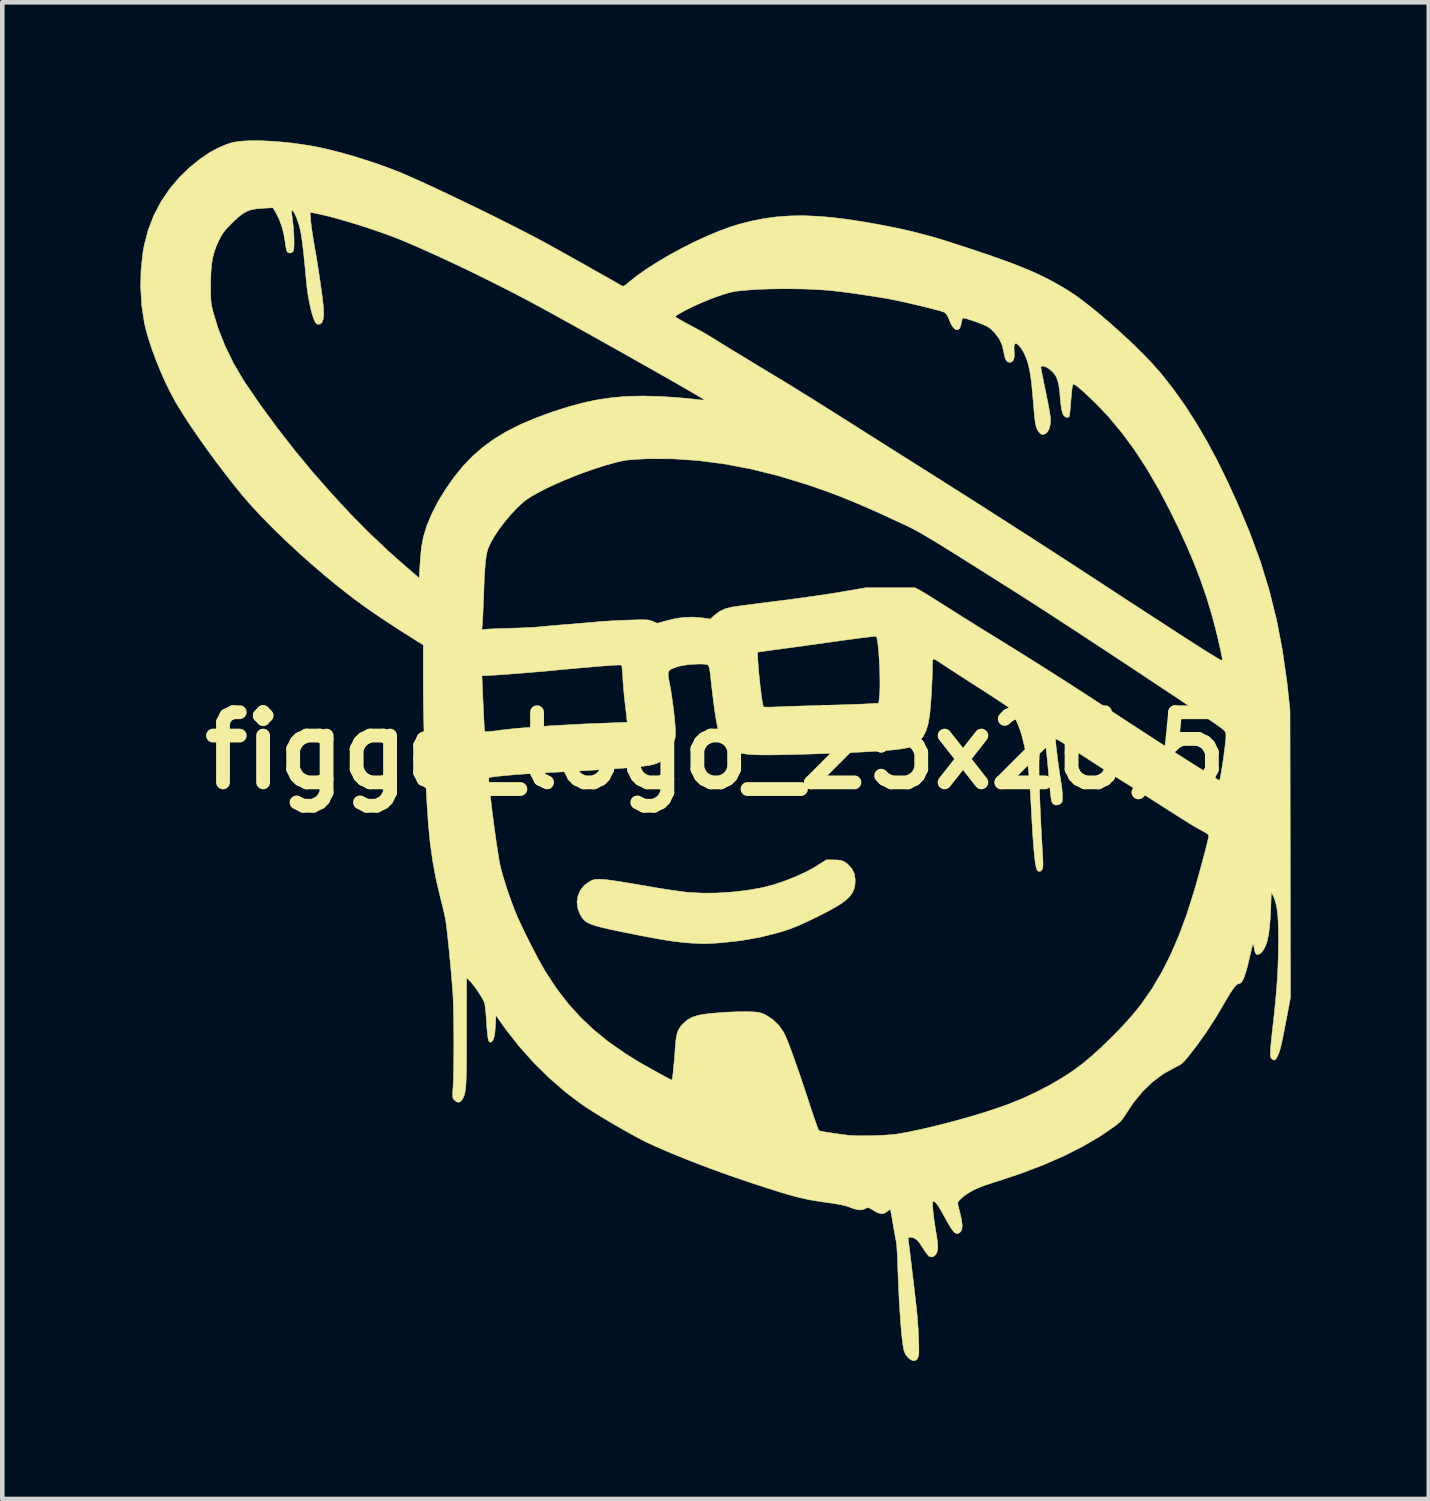
<source format=kicad_pcb>
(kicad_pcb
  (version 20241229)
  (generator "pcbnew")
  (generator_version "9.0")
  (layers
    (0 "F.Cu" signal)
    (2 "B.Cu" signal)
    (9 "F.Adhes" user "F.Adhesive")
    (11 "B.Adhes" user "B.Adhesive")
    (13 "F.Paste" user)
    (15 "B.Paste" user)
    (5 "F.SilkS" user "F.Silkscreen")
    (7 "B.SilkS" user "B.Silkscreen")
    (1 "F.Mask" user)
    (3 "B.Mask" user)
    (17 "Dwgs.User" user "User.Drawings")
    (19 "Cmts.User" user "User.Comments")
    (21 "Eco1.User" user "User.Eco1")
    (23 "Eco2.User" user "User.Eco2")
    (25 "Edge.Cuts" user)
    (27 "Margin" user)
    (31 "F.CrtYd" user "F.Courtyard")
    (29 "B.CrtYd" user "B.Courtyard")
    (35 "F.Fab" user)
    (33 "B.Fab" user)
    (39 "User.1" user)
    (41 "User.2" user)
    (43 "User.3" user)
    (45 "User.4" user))
  (footprint "figge_logo_25x26,5"
    (layer "F.Cu")
    (at 12.499 13.256)
    (property "Reference" "figge_logo_25x26,5" (at 0 0 0) (layer "F.SilkS") (effects (font (size 1.524 1.524) (thickness 0.3))))
    (attr through_hole)
    (fp_poly (pts (xy 2.653 2.376) (xy 2.726 2.387) (xy 2.785 2.409) (xy 2.841 2.447) (xy 2.872 2.473) (xy 2.955 2.563) (xy 3.006 2.663) (xy 3.027 2.781) (xy 3.029 2.834) (xy 3.022 2.926) (xy 3.003 3.01) (xy 2.968 3.088) (xy 2.914 3.163) (xy 2.838 3.237) (xy 2.739 3.313) (xy 2.612 3.393) (xy 2.455 3.481) (xy 2.265 3.579) (xy 2.167 3.627) (xy 2.006 3.705) (xy 1.87 3.767) (xy 1.752 3.818) (xy 1.642 3.862) (xy 1.532 3.9) (xy 1.413 3.938) (xy 1.361 3.953) (xy 0.963 4.054) (xy 0.541 4.128) (xy 0.103 4.175) (xy 0.059 4.178) (xy -0.063 4.186) (xy -0.157 4.19) (xy -0.236 4.193) (xy -0.311 4.192) (xy -0.394 4.189) (xy -0.49 4.184) (xy -0.626 4.175) (xy -0.768 4.161) (xy -0.92 4.142) (xy -1.088 4.117) (xy -1.276 4.085) (xy -1.489 4.046) (xy -1.732 3.999) (xy -1.912 3.962) (xy -2.125 3.919) (xy -2.304 3.881) (xy -2.451 3.847) (xy -2.57 3.817) (xy -2.666 3.787) (xy -2.741 3.758) (xy -2.8 3.728) (xy -2.846 3.694) (xy -2.883 3.656) (xy -2.914 3.613) (xy -2.944 3.562) (xy -2.948 3.555) (xy -2.999 3.422) (xy -3.015 3.287) (xy -2.995 3.156) (xy -2.942 3.035) (xy -2.858 2.929) (xy -2.756 2.853) (xy -2.722 2.834) (xy -2.689 2.818) (xy -2.653 2.806) (xy -2.613 2.797) (xy -2.564 2.793) (xy -2.503 2.794) (xy -2.427 2.799) (xy -2.334 2.809) (xy -2.219 2.825) (xy -2.081 2.846) (xy -1.914 2.873) (xy -1.718 2.906) (xy -1.487 2.945) (xy -1.344 2.97) (xy -1.189 2.996) (xy -1.03 3.021) (xy -0.877 3.043) (xy -0.739 3.062) (xy -0.624 3.076) (xy -0.569 3.081) (xy -0.28 3.096) (xy 0.03 3.093) (xy 0.351 3.072) (xy 0.668 3.036) (xy 0.97 2.984) (xy 1.04 2.969) (xy 1.253 2.913) (xy 1.478 2.839) (xy 1.705 2.75) (xy 1.922 2.653) (xy 2.117 2.551) (xy 2.219 2.489) (xy 2.4 2.373) (xy 2.552 2.373) (xy 2.653 2.376)) (stroke (width 0.01) (type solid)) (fill yes) (layer "F.SilkS"))
    (fp_poly (pts (xy -9.872 -13.249) (xy -9.653 -13.239) (xy -9.422 -13.221) (xy -9.183 -13.196) (xy -8.943 -13.162) (xy -8.705 -13.122) (xy -8.689 -13.119) (xy -8.461 -13.07) (xy -8.207 -13.007) (xy -7.937 -12.932) (xy -7.66 -12.847) (xy -7.385 -12.757) (xy -7.122 -12.663) (xy -6.879 -12.57) (xy -6.757 -12.518) (xy -6.548 -12.426) (xy -6.311 -12.319) (xy -6.052 -12.199) (xy -5.778 -12.069) (xy -5.493 -11.933) (xy -5.203 -11.793) (xy -4.915 -11.652) (xy -4.633 -11.512) (xy -4.364 -11.376) (xy -4.113 -11.248) (xy -3.885 -11.129) (xy -3.688 -11.023) (xy -3.668 -11.012) (xy -3.578 -10.962) (xy -3.462 -10.898) (xy -3.326 -10.822) (xy -3.175 -10.738) (xy -3.015 -10.648) (xy -2.85 -10.556) (xy -2.687 -10.463) (xy -2.529 -10.375) (xy -2.384 -10.293) (xy -2.255 -10.22) (xy -2.149 -10.159) (xy -2.071 -10.114) (xy -2.057 -10.106) (xy -2.029 -10.092) (xy -2.005 -10.09) (xy -1.976 -10.104) (xy -1.933 -10.138) (xy -1.89 -10.174) (xy -1.71 -10.317) (xy -1.499 -10.465) (xy -1.263 -10.616) (xy -1.009 -10.766) (xy -0.742 -10.911) (xy -0.47 -11.048) (xy -0.2 -11.173) (xy 0.063 -11.283) (xy 0.312 -11.375) (xy 0.507 -11.436) (xy 0.779 -11.505) (xy 1.049 -11.558) (xy 1.323 -11.595) (xy 1.604 -11.616) (xy 1.896 -11.621) (xy 2.204 -11.609) (xy 2.532 -11.582) (xy 2.884 -11.538) (xy 3.265 -11.478) (xy 3.57 -11.423) (xy 3.795 -11.379) (xy 4 -11.337) (xy 4.193 -11.294) (xy 4.38 -11.248) (xy 4.567 -11.199) (xy 4.76 -11.145) (xy 4.967 -11.083) (xy 5.192 -11.011) (xy 5.444 -10.929) (xy 5.631 -10.867) (xy 5.93 -10.766) (xy 6.195 -10.673) (xy 6.432 -10.586) (xy 6.644 -10.503) (xy 6.837 -10.423) (xy 7.016 -10.343) (xy 7.183 -10.261) (xy 7.345 -10.175) (xy 7.506 -10.084) (xy 7.64 -10.004) (xy 7.792 -9.904) (xy 7.964 -9.779) (xy 8.153 -9.632) (xy 8.353 -9.468) (xy 8.559 -9.292) (xy 8.766 -9.107) (xy 8.97 -8.919) (xy 9.167 -8.73) (xy 9.35 -8.546) (xy 9.515 -8.371) (xy 9.658 -8.209) (xy 9.683 -8.179) (xy 9.942 -7.849) (xy 10.192 -7.498) (xy 10.434 -7.122) (xy 10.67 -6.719) (xy 10.901 -6.286) (xy 11.128 -5.822) (xy 11.353 -5.324) (xy 11.577 -4.79) (xy 11.61 -4.707) (xy 11.833 -4.102) (xy 12.023 -3.482) (xy 12.182 -2.843) (xy 12.309 -2.183) (xy 12.406 -1.502) (xy 12.425 -1.334) (xy 12.474 -0.873) (xy 12.484 5.364) (xy 12.41 5.757) (xy 12.373 5.95) (xy 12.342 6.11) (xy 12.316 6.239) (xy 12.294 6.343) (xy 12.275 6.425) (xy 12.259 6.489) (xy 12.243 6.541) (xy 12.227 6.584) (xy 12.211 6.621) (xy 12.175 6.689) (xy 12.142 6.721) (xy 12.109 6.719) (xy 12.073 6.689) (xy 12.062 6.675) (xy 12.054 6.658) (xy 12.049 6.634) (xy 12.046 6.598) (xy 12.047 6.549) (xy 12.051 6.481) (xy 12.059 6.391) (xy 12.07 6.276) (xy 12.086 6.131) (xy 12.105 5.954) (xy 12.121 5.816) (xy 12.153 5.511) (xy 12.178 5.234) (xy 12.197 4.975) (xy 12.211 4.721) (xy 12.219 4.463) (xy 12.223 4.189) (xy 12.223 4.118) (xy 12.222 3.906) (xy 12.217 3.728) (xy 12.208 3.579) (xy 12.194 3.454) (xy 12.175 3.349) (xy 12.149 3.257) (xy 12.117 3.174) (xy 12.114 3.168) (xy 12.069 3.07) (xy 12.056 3.423) (xy 12.045 3.649) (xy 12.029 3.84) (xy 12.008 4) (xy 11.98 4.13) (xy 11.945 4.236) (xy 11.903 4.32) (xy 11.855 4.384) (xy 11.803 4.423) (xy 11.763 4.429) (xy 11.737 4.42) (xy 11.72 4.394) (xy 11.706 4.344) (xy 11.699 4.305) (xy 11.687 4.247) (xy 11.675 4.212) (xy 11.667 4.207) (xy 11.658 4.233) (xy 11.644 4.289) (xy 11.625 4.367) (xy 11.604 4.459) (xy 11.603 4.462) (xy 11.56 4.647) (xy 11.52 4.796) (xy 11.483 4.909) (xy 11.448 4.989) (xy 11.414 5.039) (xy 11.381 5.059) (xy 11.372 5.06) (xy 11.341 5.068) (xy 11.305 5.095) (xy 11.262 5.143) (xy 11.21 5.216) (xy 11.146 5.316) (xy 11.068 5.448) (xy 11.039 5.498) (xy 10.851 5.815) (xy 10.654 6.118) (xy 10.456 6.398) (xy 10.317 6.578) (xy 10.245 6.667) (xy 10.191 6.732) (xy 10.146 6.778) (xy 10.104 6.812) (xy 10.058 6.841) (xy 10.001 6.869) (xy 9.971 6.884) (xy 9.723 7.021) (xy 9.491 7.194) (xy 9.275 7.401) (xy 9.077 7.64) (xy 8.903 7.903) (xy 8.844 7.992) (xy 8.783 8.063) (xy 8.705 8.13) (xy 8.675 8.153) (xy 8.34 8.382) (xy 7.968 8.599) (xy 7.559 8.806) (xy 7.112 9.001) (xy 6.629 9.185) (xy 6.109 9.358) (xy 6.021 9.385) (xy 5.82 9.452) (xy 5.657 9.518) (xy 5.561 9.567) (xy 5.456 9.631) (xy 5.368 9.695) (xy 5.302 9.754) (xy 5.264 9.803) (xy 5.257 9.829) (xy 5.261 9.862) (xy 5.275 9.923) (xy 5.294 10) (xy 5.306 10.046) (xy 5.339 10.191) (xy 5.353 10.305) (xy 5.348 10.389) (xy 5.323 10.445) (xy 5.315 10.454) (xy 5.279 10.484) (xy 5.244 10.494) (xy 5.207 10.483) (xy 5.167 10.448) (xy 5.119 10.386) (xy 5.062 10.294) (xy 4.992 10.17) (xy 4.963 10.117) (xy 4.894 9.992) (xy 4.839 9.9) (xy 4.794 9.838) (xy 4.757 9.801) (xy 4.727 9.788) (xy 4.722 9.787) (xy 4.712 9.806) (xy 4.71 9.858) (xy 4.714 9.94) (xy 4.724 10.047) (xy 4.739 10.174) (xy 4.76 10.316) (xy 4.776 10.415) (xy 4.799 10.555) (xy 4.814 10.662) (xy 4.822 10.745) (xy 4.822 10.808) (xy 4.815 10.859) (xy 4.802 10.903) (xy 4.797 10.915) (xy 4.757 10.972) (xy 4.703 10.999) (xy 4.643 10.991) (xy 4.635 10.987) (xy 4.609 10.962) (xy 4.57 10.912) (xy 4.524 10.845) (xy 4.495 10.799) (xy 4.428 10.698) (xy 4.369 10.63) (xy 4.312 10.59) (xy 4.251 10.573) (xy 4.225 10.572) (xy 4.192 10.575) (xy 4.179 10.592) (xy 4.182 10.633) (xy 4.184 10.645) (xy 4.19 10.691) (xy 4.2 10.769) (xy 4.214 10.876) (xy 4.229 11.004) (xy 4.247 11.148) (xy 4.265 11.304) (xy 4.284 11.464) (xy 4.303 11.624) (xy 4.321 11.777) (xy 4.337 11.918) (xy 4.351 12.042) (xy 4.362 12.143) (xy 4.364 12.161) (xy 4.376 12.282) (xy 4.386 12.416) (xy 4.396 12.556) (xy 4.403 12.695) (xy 4.408 12.827) (xy 4.412 12.945) (xy 4.412 13.043) (xy 4.41 13.113) (xy 4.406 13.147) (xy 4.376 13.217) (xy 4.331 13.251) (xy 4.273 13.25) (xy 4.207 13.212) (xy 4.178 13.185) (xy 4.119 13.11) (xy 4.085 13.022) (xy 4.083 13.01) (xy 4.065 12.908) (xy 4.047 12.769) (xy 4.03 12.598) (xy 4.014 12.397) (xy 3.998 12.168) (xy 3.983 11.916) (xy 3.97 11.643) (xy 3.958 11.352) (xy 3.951 11.151) (xy 3.946 11.024) (xy 3.94 10.905) (xy 3.934 10.802) (xy 3.927 10.721) (xy 3.92 10.672) (xy 3.92 10.67) (xy 3.91 10.619) (xy 3.895 10.54) (xy 3.878 10.44) (xy 3.858 10.329) (xy 3.85 10.278) (xy 3.832 10.173) (xy 3.816 10.084) (xy 3.803 10.015) (xy 3.795 9.974) (xy 3.793 9.966) (xy 3.776 9.973) (xy 3.741 9.998) (xy 3.726 10.01) (xy 3.659 10.051) (xy 3.589 10.06) (xy 3.509 10.036) (xy 3.432 9.993) (xy 3.37 9.954) (xy 3.329 9.933) (xy 3.298 9.929) (xy 3.266 9.939) (xy 3.233 9.956) (xy 3.166 9.977) (xy 3.086 9.974) (xy 2.986 9.948) (xy 2.913 9.919) (xy 2.826 9.89) (xy 2.708 9.863) (xy 2.555 9.837) (xy 2.491 9.828) (xy 2.344 9.807) (xy 2.211 9.787) (xy 2.087 9.766) (xy 1.968 9.743) (xy 1.848 9.716) (xy 1.723 9.685) (xy 1.589 9.648) (xy 1.44 9.604) (xy 1.271 9.552) (xy 1.079 9.49) (xy 0.858 9.418) (xy 0.677 9.358) (xy 0.418 9.27) (xy 0.151 9.176) (xy -0.118 9.078) (xy -0.385 8.977) (xy -0.644 8.876) (xy -0.89 8.776) (xy -1.117 8.681) (xy -1.32 8.593) (xy -1.494 8.512) (xy -1.569 8.475) (xy -1.697 8.408) (xy -1.845 8.327) (xy -2.008 8.236) (xy -2.178 8.138) (xy -2.349 8.037) (xy -2.513 7.939) (xy -2.663 7.846) (xy -2.793 7.764) (xy -2.896 7.695) (xy -2.899 7.693) (xy -3.26 7.42) (xy -3.613 7.114) (xy -3.951 6.782) (xy -4.267 6.428) (xy -4.557 6.059) (xy -4.658 5.918) (xy -4.776 5.748) (xy -4.787 5.978) (xy -4.798 6.124) (xy -4.818 6.232) (xy -4.845 6.301) (xy -4.881 6.333) (xy -4.895 6.335) (xy -4.914 6.33) (xy -4.93 6.311) (xy -4.942 6.273) (xy -4.953 6.213) (xy -4.963 6.125) (xy -4.973 6.005) (xy -4.979 5.904) (xy -4.988 5.786) (xy -4.997 5.677) (xy -5.007 5.584) (xy -5.016 5.516) (xy -5.022 5.487) (xy -5.045 5.431) (xy -5.087 5.355) (xy -5.142 5.267) (xy -5.203 5.177) (xy -5.265 5.093) (xy -5.321 5.026) (xy -5.343 5.003) (xy -5.413 4.935) (xy -5.413 6.092) (xy -5.414 6.354) (xy -5.414 6.579) (xy -5.415 6.771) (xy -5.417 6.933) (xy -5.42 7.068) (xy -5.424 7.18) (xy -5.429 7.271) (xy -5.436 7.345) (xy -5.444 7.404) (xy -5.455 7.453) (xy -5.467 7.493) (xy -5.481 7.528) (xy -5.493 7.553) (xy -5.536 7.616) (xy -5.584 7.641) (xy -5.636 7.626) (xy -5.691 7.578) (xy -5.704 7.558) (xy -5.712 7.529) (xy -5.715 7.485) (xy -5.714 7.417) (xy -5.708 7.319) (xy -5.707 7.306) (xy -5.702 7.206) (xy -5.697 7.072) (xy -5.694 6.913) (xy -5.692 6.733) (xy -5.691 6.539) (xy -5.69 6.338) (xy -5.691 6.136) (xy -5.693 5.939) (xy -5.695 5.754) (xy -5.699 5.587) (xy -5.703 5.445) (xy -5.707 5.364) (xy -5.714 5.243) (xy -5.725 5.097) (xy -5.738 4.935) (xy -5.753 4.76) (xy -5.77 4.58) (xy -5.787 4.4) (xy -5.804 4.225) (xy -5.822 4.062) (xy -5.838 3.916) (xy -5.853 3.793) (xy -5.866 3.698) (xy -5.874 3.648) (xy -5.89 3.572) (xy -5.914 3.47) (xy -5.941 3.357) (xy -5.97 3.244) (xy -5.972 3.236) (xy -6.069 2.828) (xy -6.145 2.426) (xy -6.203 2.016) (xy -6.245 1.584) (xy -6.246 1.568) (xy -6.271 1.196) (xy -6.294 0.792) (xy -6.302 0.611) (xy -4.931 0.611) (xy -4.928 0.668) (xy -4.921 0.756) (xy -4.91 0.868) (xy -4.896 1.001) (xy -4.878 1.151) (xy -4.859 1.312) (xy -4.837 1.48) (xy -4.815 1.651) (xy -4.792 1.819) (xy -4.769 1.981) (xy -4.746 2.132) (xy -4.725 2.268) (xy -4.706 2.383) (xy -4.689 2.474) (xy -4.685 2.49) (xy -4.655 2.612) (xy -4.613 2.761) (xy -4.561 2.928) (xy -4.502 3.104) (xy -4.44 3.279) (xy -4.377 3.446) (xy -4.317 3.593) (xy -4.306 3.619) (xy -4.246 3.751) (xy -4.173 3.905) (xy -4.09 4.073) (xy -4.003 4.245) (xy -3.915 4.415) (xy -3.831 4.572) (xy -3.754 4.709) (xy -3.698 4.805) (xy -3.467 5.158) (xy -3.219 5.483) (xy -2.948 5.784) (xy -2.653 6.064) (xy -2.329 6.327) (xy -1.972 6.576) (xy -1.753 6.714) (xy -1.671 6.763) (xy -1.574 6.819) (xy -1.469 6.878) (xy -1.361 6.939) (xy -1.255 6.998) (xy -1.157 7.052) (xy -1.072 7.097) (xy -1.006 7.132) (xy -0.964 7.152) (xy -0.952 7.156) (xy -0.945 7.132) (xy -0.937 7.076) (xy -0.927 6.993) (xy -0.917 6.89) (xy -0.906 6.773) (xy -0.895 6.649) (xy -0.886 6.524) (xy -0.883 6.478) (xy -0.872 6.334) (xy -0.857 6.222) (xy -0.837 6.134) (xy -0.809 6.063) (xy -0.77 6.001) (xy -0.718 5.94) (xy -0.7 5.922) (xy -0.609 5.845) (xy -0.51 5.79) (xy -0.391 5.752) (xy -0.315 5.736) (xy -0.195 5.719) (xy -0.046 5.703) (xy 0.12 5.69) (xy 0.292 5.679) (xy 0.461 5.673) (xy 0.615 5.67) (xy 0.707 5.671) (xy 0.812 5.675) (xy 0.887 5.68) (xy 0.945 5.689) (xy 0.994 5.703) (xy 1.045 5.724) (xy 1.086 5.744) (xy 1.237 5.839) (xy 1.368 5.965) (xy 1.472 6.114) (xy 1.499 6.166) (xy 1.535 6.248) (xy 1.581 6.363) (xy 1.636 6.508) (xy 1.698 6.678) (xy 1.766 6.872) (xy 1.839 7.083) (xy 1.915 7.309) (xy 1.994 7.546) (xy 2.038 7.681) (xy 2.084 7.822) (xy 2.127 7.95) (xy 2.166 8.062) (xy 2.199 8.153) (xy 2.223 8.217) (xy 2.238 8.25) (xy 2.241 8.253) (xy 2.259 8.261) (xy 2.298 8.27) (xy 2.359 8.282) (xy 2.447 8.296) (xy 2.565 8.313) (xy 2.715 8.334) (xy 2.873 8.355) (xy 2.961 8.362) (xy 3.079 8.366) (xy 3.218 8.367) (xy 3.37 8.365) (xy 3.524 8.36) (xy 3.672 8.353) (xy 3.806 8.343) (xy 3.915 8.332) (xy 3.949 8.327) (xy 4.184 8.285) (xy 4.447 8.23) (xy 4.73 8.164) (xy 5.024 8.09) (xy 5.322 8.01) (xy 5.616 7.926) (xy 5.896 7.839) (xy 6.156 7.753) (xy 6.345 7.685) (xy 6.652 7.562) (xy 6.955 7.422) (xy 7.248 7.27) (xy 7.523 7.11) (xy 7.773 6.946) (xy 7.973 6.797) (xy 8.162 6.638) (xy 8.36 6.459) (xy 8.559 6.268) (xy 8.753 6.072) (xy 8.936 5.876) (xy 9.099 5.688) (xy 9.238 5.515) (xy 9.248 5.502) (xy 9.475 5.174) (xy 9.686 4.818) (xy 9.881 4.432) (xy 10.062 4.013) (xy 10.23 3.561) (xy 10.383 3.079) (xy 10.422 2.946) (xy 10.463 2.803) (xy 10.504 2.653) (xy 10.546 2.502) (xy 10.585 2.355) (xy 10.622 2.218) (xy 10.653 2.095) (xy 10.679 1.992) (xy 10.698 1.914) (xy 10.708 1.865) (xy 10.709 1.854) (xy 10.699 1.827) (xy 10.664 1.797) (xy 10.6 1.759) (xy 10.564 1.74) (xy 10.519 1.716) (xy 10.469 1.688) (xy 10.411 1.655) (xy 10.341 1.613) (xy 10.257 1.561) (xy 10.155 1.498) (xy 10.033 1.42) (xy 9.887 1.328) (xy 9.715 1.218) (xy 9.512 1.088) (xy 9.493 1.076) (xy 9.355 0.988) (xy 9.202 0.891) (xy 9.045 0.792) (xy 8.896 0.699) (xy 8.768 0.619) (xy 8.767 0.618) (xy 8.653 0.547) (xy 8.516 0.46) (xy 8.364 0.363) (xy 8.207 0.262) (xy 8.054 0.163) (xy 7.953 0.098) (xy 7.803 -0.000147) (xy 7.682 -0.079) (xy 7.587 -0.14) (xy 7.515 -0.185) (xy 7.463 -0.217) (xy 7.427 -0.237) (xy 7.403 -0.248) (xy 7.389 -0.251) (xy 7.382 -0.249) (xy 7.381 -0.248) (xy 7.38 -0.226) (xy 7.385 -0.172) (xy 7.393 -0.091) (xy 7.405 0.01) (xy 7.419 0.125) (xy 7.435 0.248) (xy 7.452 0.373) (xy 7.469 0.493) (xy 7.486 0.603) (xy 7.501 0.697) (xy 7.504 0.716) (xy 7.519 0.818) (xy 7.528 0.919) (xy 7.531 1.011) (xy 7.528 1.083) (xy 7.518 1.128) (xy 7.516 1.131) (xy 7.488 1.155) (xy 7.447 1.176) (xy 7.38 1.184) (xy 7.327 1.156) (xy 7.295 1.105) (xy 7.288 1.071) (xy 7.279 1.005) (xy 7.268 0.912) (xy 7.256 0.798) (xy 7.244 0.67) (xy 7.237 0.591) (xy 7.217 0.358) (xy 7.198 0.163) (xy 7.181 0.005) (xy 7.164 -0.117) (xy 7.15 -0.204) (xy 7.148 -0.214) (xy 7.134 -0.245) (xy 7.116 -0.237) (xy 7.093 -0.191) (xy 7.065 -0.107) (xy 7.059 -0.086) (xy 7.043 -0.017) (xy 7.032 0.059) (xy 7.025 0.15) (xy 7.022 0.266) (xy 7.022 0.346) (xy 7.023 0.5) (xy 7.027 0.686) (xy 7.034 0.898) (xy 7.042 1.129) (xy 7.052 1.372) (xy 7.064 1.62) (xy 7.077 1.866) (xy 7.09 2.089) (xy 7.099 2.235) (xy 7.105 2.348) (xy 7.108 2.432) (xy 7.108 2.492) (xy 7.105 2.534) (xy 7.1 2.561) (xy 7.091 2.581) (xy 7.089 2.584) (xy 7.05 2.622) (xy 7.01 2.623) (xy 6.987 2.604) (xy 6.971 2.572) (xy 6.955 2.514) (xy 6.94 2.43) (xy 6.926 2.316) (xy 6.912 2.172) (xy 6.897 1.995) (xy 6.883 1.785) (xy 6.868 1.538) (xy 6.854 1.277) (xy 6.839 1.005) (xy 6.823 0.768) (xy 6.806 0.559) (xy 6.786 0.372) (xy 6.763 0.203) (xy 6.736 0.047) (xy 6.704 -0.103) (xy 6.668 -0.252) (xy 6.638 -0.363) (xy 6.606 -0.462) (xy 6.564 -0.569) (xy 6.517 -0.677) (xy 6.469 -0.777) (xy 6.423 -0.861) (xy 6.383 -0.92) (xy 6.367 -0.937) (xy 6.342 -0.956) (xy 6.287 -0.993) (xy 6.207 -1.047) (xy 6.105 -1.113) (xy 5.986 -1.191) (xy 5.854 -1.277) (xy 5.711 -1.368) (xy 5.688 -1.383) (xy 5.539 -1.478) (xy 5.395 -1.571) (xy 5.26 -1.658) (xy 5.14 -1.736) (xy 5.038 -1.802) (xy 4.96 -1.853) (xy 4.909 -1.886) (xy 4.908 -1.887) (xy 4.824 -1.944) (xy 4.767 -1.978) (xy 4.732 -1.988) (xy 4.714 -1.973) (xy 4.708 -1.929) (xy 4.707 -1.856) (xy 4.707 -1.821) (xy 4.705 -1.71) (xy 4.701 -1.572) (xy 4.693 -1.418) (xy 4.685 -1.257) (xy 4.675 -1.1) (xy 4.664 -0.956) (xy 4.653 -0.836) (xy 4.648 -0.785) (xy 4.616 -0.593) (xy 4.569 -0.434) (xy 4.506 -0.307) (xy 4.423 -0.206) (xy 4.319 -0.128) (xy 4.192 -0.071) (xy 4.188 -0.07) (xy 4.112 -0.051) (xy 3.997 -0.033) (xy 3.842 -0.015) (xy 3.649 0.001) (xy 3.418 0.017) (xy 3.147 0.032) (xy 2.838 0.046) (xy 2.49 0.06) (xy 2.104 0.073) (xy 1.814 0.081) (xy 1.557 0.087) (xy 1.336 0.092) (xy 1.148 0.094) (xy 0.989 0.093) (xy 0.856 0.09) (xy 0.746 0.083) (xy 0.656 0.074) (xy 0.581 0.062) (xy 0.52 0.046) (xy 0.468 0.026) (xy 0.435 0.01) (xy 0.331 -0.056) (xy 0.234 -0.136) (xy 0.155 -0.219) (xy 0.101 -0.298) (xy 0.099 -0.301) (xy 0.07 -0.38) (xy 0.04 -0.499) (xy 0.01 -0.656) (xy -0.021 -0.852) (xy -0.053 -1.088) (xy -0.086 -1.362) (xy -0.107 -1.559) (xy -0.12 -1.674) (xy -0.132 -1.756) (xy -0.144 -1.81) (xy -0.157 -1.843) (xy -0.171 -1.86) (xy -0.211 -1.873) (xy -0.28 -1.88) (xy -0.371 -1.881) (xy -0.475 -1.877) (xy -0.583 -1.869) (xy -0.686 -1.855) (xy -0.776 -1.838) (xy -0.824 -1.825) (xy -0.914 -1.794) (xy -0.977 -1.766) (xy -1.016 -1.734) (xy -1.033 -1.69) (xy -1.034 -1.628) (xy -1.02 -1.541) (xy -1.002 -1.449) (xy -0.98 -1.331) (xy -0.958 -1.19) (xy -0.936 -1.035) (xy -0.916 -0.877) (xy -0.899 -0.724) (xy -0.886 -0.586) (xy -0.878 -0.473) (xy -0.877 -0.433) (xy -0.876 -0.352) (xy -0.88 -0.293) (xy -0.893 -0.242) (xy -0.916 -0.184) (xy -0.955 -0.106) (xy -0.959 -0.098) (xy -1.028 0.031) (xy -1.092 0.129) (xy -1.155 0.201) (xy -1.225 0.252) (xy -1.308 0.287) (xy -1.411 0.313) (xy -1.461 0.322) (xy -1.534 0.333) (xy -1.62 0.344) (xy -1.72 0.355) (xy -1.838 0.366) (xy -1.975 0.378) (xy -2.134 0.39) (xy -2.316 0.402) (xy -2.525 0.415) (xy -2.763 0.43) (xy -3.032 0.445) (xy -3.334 0.461) (xy -3.672 0.479) (xy -3.864 0.49) (xy -4.003 0.498) (xy -4.149 0.507) (xy -4.297 0.518) (xy -4.442 0.53) (xy -4.577 0.542) (xy -4.698 0.554) (xy -4.798 0.566) (xy -4.874 0.576) (xy -4.918 0.584) (xy -4.928 0.587) (xy -4.931 0.611) (xy -6.302 0.611) (xy -6.313 0.365) (xy -6.329 -0.076) (xy -6.341 -0.524) (xy -6.35 -0.97) (xy -6.354 -1.406) (xy -6.355 -1.611) (xy -6.355 -1.628) (xy -5.08 -1.628) (xy -5.068 -1.358) (xy -5.059 -1.138) (xy -5.051 -0.955) (xy -5.044 -0.804) (xy -5.038 -0.683) (xy -5.033 -0.589) (xy -5.029 -0.519) (xy -5.025 -0.47) (xy -5.021 -0.439) (xy -5.017 -0.422) (xy -5.016 -0.419) (xy -4.99 -0.412) (xy -4.927 -0.414) (xy -4.827 -0.424) (xy -4.759 -0.433) (xy -4.633 -0.45) (xy -4.489 -0.466) (xy -4.347 -0.481) (xy -4.262 -0.489) (xy -3.588 -0.54) (xy -2.879 -0.579) (xy -2.56 -0.592) (xy -2.407 -0.597) (xy -2.267 -0.603) (xy -2.145 -0.608) (xy -2.046 -0.612) (xy -1.974 -0.615) (xy -1.933 -0.618) (xy -1.926 -0.619) (xy -1.927 -0.638) (xy -1.932 -0.691) (xy -1.94 -0.768) (xy -1.952 -0.866) (xy -1.961 -0.939) (xy -1.977 -1.079) (xy -1.993 -1.235) (xy -2.007 -1.391) (xy -2.017 -1.528) (xy -2.018 -1.55) (xy -2.024 -1.654) (xy -2.031 -1.743) (xy -2.038 -1.811) (xy -2.045 -1.851) (xy -2.047 -1.857) (xy -2.071 -1.86) (xy -2.133 -1.859) (xy -2.231 -1.854) (xy -2.364 -1.845) (xy -2.53 -1.832) (xy -2.728 -1.815) (xy -2.957 -1.795) (xy -3.214 -1.772) (xy -3.49 -1.746) (xy -3.644 -1.731) (xy -3.811 -1.717) (xy -3.987 -1.702) (xy -4.165 -1.687) (xy -4.341 -1.673) (xy -4.509 -1.66) (xy -4.664 -1.649) (xy -4.8 -1.64) (xy -4.912 -1.633) (xy -4.995 -1.629) (xy -5.035 -1.628) (xy -5.08 -1.628) (xy -6.355 -1.628) (xy -6.355 -2.137) (xy 0.904 -2.137) (xy 0.914 -1.966) (xy 0.922 -1.851) (xy 0.932 -1.723) (xy 0.945 -1.587) (xy 0.96 -1.451) (xy 0.975 -1.319) (xy 0.991 -1.199) (xy 1.005 -1.095) (xy 1.019 -1.016) (xy 1.03 -0.966) (xy 1.034 -0.954) (xy 1.057 -0.948) (xy 1.111 -0.945) (xy 1.187 -0.945) (xy 1.263 -0.948) (xy 1.332 -0.951) (xy 1.435 -0.955) (xy 1.565 -0.96) (xy 1.717 -0.965) (xy 1.885 -0.97) (xy 2.062 -0.976) (xy 2.243 -0.981) (xy 2.256 -0.981) (xy 2.439 -0.986) (xy 2.62 -0.992) (xy 2.793 -0.997) (xy 2.953 -1.003) (xy 3.092 -1.008) (xy 3.204 -1.012) (xy 3.283 -1.016) (xy 3.285 -1.016) (xy 3.54 -1.03) (xy 3.556 -1.187) (xy 3.563 -1.28) (xy 3.566 -1.396) (xy 3.566 -1.528) (xy 3.563 -1.669) (xy 3.558 -1.816) (xy 3.551 -1.961) (xy 3.542 -2.099) (xy 3.531 -2.225) (xy 3.52 -2.332) (xy 3.507 -2.415) (xy 3.494 -2.468) (xy 3.486 -2.483) (xy 3.465 -2.483) (xy 3.408 -2.478) (xy 3.321 -2.468) (xy 3.207 -2.454) (xy 3.071 -2.437) (xy 2.915 -2.416) (xy 2.745 -2.393) (xy 2.624 -2.376) (xy 2.429 -2.349) (xy 2.23 -2.321) (xy 2.036 -2.294) (xy 1.852 -2.268) (xy 1.685 -2.245) (xy 1.542 -2.226) (xy 1.429 -2.211) (xy 1.402 -2.207) (xy 1.281 -2.191) (xy 1.17 -2.176) (xy 1.076 -2.163) (xy 1.005 -2.153) (xy 0.967 -2.147) (xy 0.904 -2.137) (xy -6.355 -2.137) (xy -6.355 -2.295) (xy -6.458 -2.36) (xy -6.702 -2.514) (xy -6.875 -2.624) (xy -5.082 -2.624) (xy -5.008 -2.635) (xy -4.967 -2.639) (xy -4.893 -2.643) (xy -4.794 -2.648) (xy -4.676 -2.652) (xy -4.544 -2.656) (xy -4.472 -2.658) (xy -4.33 -2.663) (xy -4.19 -2.668) (xy -4.06 -2.674) (xy -3.95 -2.68) (xy -3.868 -2.686) (xy -3.844 -2.688) (xy -3.77 -2.695) (xy -3.667 -2.705) (xy -3.544 -2.716) (xy -3.412 -2.727) (xy -3.295 -2.736) (xy -3.146 -2.748) (xy -2.982 -2.762) (xy -2.818 -2.776) (xy -2.669 -2.789) (xy -2.589 -2.796) (xy -2.46 -2.807) (xy -2.305 -2.817) (xy -2.14 -2.826) (xy -1.977 -2.833) (xy -1.863 -2.837) (xy -1.727 -2.841) (xy -1.623 -2.843) (xy -1.546 -2.842) (xy -1.489 -2.84) (xy -1.447 -2.834) (xy -1.412 -2.825) (xy -1.379 -2.812) (xy -1.367 -2.807) (xy -1.272 -2.766) (xy -1.102 -2.814) (xy -0.882 -2.868) (xy -0.68 -2.896) (xy -0.484 -2.901) (xy -0.284 -2.883) (xy -0.265 -2.881) (xy -0.117 -2.859) (xy -0.029 -2.941) (xy 0.083 -3.025) (xy 0.211 -3.083) (xy 0.335 -3.116) (xy 0.377 -3.123) (xy 0.453 -3.134) (xy 0.558 -3.148) (xy 0.689 -3.166) (xy 0.841 -3.186) (xy 1.009 -3.207) (xy 1.189 -3.23) (xy 1.314 -3.246) (xy 1.521 -3.272) (xy 1.738 -3.301) (xy 1.957 -3.331) (xy 2.171 -3.361) (xy 2.371 -3.391) (xy 2.549 -3.418) (xy 2.698 -3.442) (xy 2.726 -3.447) (xy 3.266 -3.54) (xy 4.325 -3.54) (xy 4.433 -3.484) (xy 4.481 -3.456) (xy 4.556 -3.412) (xy 4.65 -3.354) (xy 4.758 -3.286) (xy 4.873 -3.213) (xy 4.923 -3.181) (xy 5.038 -3.108) (xy 5.178 -3.02) (xy 5.335 -2.921) (xy 5.503 -2.816) (xy 5.672 -2.71) (xy 5.836 -2.609) (xy 5.894 -2.573) (xy 6.286 -2.331) (xy 6.651 -2.104) (xy 6.994 -1.889) (xy 7.323 -1.681) (xy 7.644 -1.476) (xy 7.962 -1.271) (xy 8.286 -1.06) (xy 8.581 -0.866) (xy 8.774 -0.74) (xy 8.973 -0.609) (xy 9.177 -0.477) (xy 9.381 -0.344) (xy 9.584 -0.212) (xy 9.783 -0.084) (xy 9.975 0.04) (xy 10.157 0.156) (xy 10.327 0.265) (xy 10.482 0.363) (xy 10.619 0.45) (xy 10.735 0.523) (xy 10.829 0.581) (xy 10.896 0.622) (xy 10.935 0.644) (xy 10.944 0.647) (xy 10.95 0.629) (xy 10.961 0.577) (xy 10.975 0.497) (xy 10.992 0.396) (xy 11.011 0.277) (xy 11.02 0.221) (xy 11.038 0.089) (xy 11.055 -0.036) (xy 11.068 -0.147) (xy 11.078 -0.237) (xy 11.082 -0.297) (xy 11.082 -0.308) (xy 11.081 -0.364) (xy 11.071 -0.402) (xy 11.047 -0.435) (xy 11.001 -0.475) (xy 10.979 -0.493) (xy 10.935 -0.525) (xy 10.862 -0.577) (xy 10.76 -0.647) (xy 10.632 -0.734) (xy 10.482 -0.835) (xy 10.311 -0.95) (xy 10.122 -1.077) (xy 9.917 -1.214) (xy 9.698 -1.359) (xy 9.469 -1.511) (xy 9.232 -1.669) (xy 8.989 -1.829) (xy 8.742 -1.992) (xy 8.494 -2.156) (xy 8.247 -2.318) (xy 8.005 -2.477) (xy 7.769 -2.632) (xy 7.541 -2.78) (xy 7.325 -2.921) (xy 7.122 -3.053) (xy 6.936 -3.173) (xy 6.768 -3.281) (xy 6.621 -3.375) (xy 6.561 -3.413) (xy 6.249 -3.61) (xy 5.969 -3.787) (xy 5.717 -3.946) (xy 5.493 -4.087) (xy 5.294 -4.212) (xy 5.118 -4.322) (xy 4.963 -4.418) (xy 4.827 -4.502) (xy 4.708 -4.574) (xy 4.604 -4.636) (xy 4.513 -4.69) (xy 4.433 -4.736) (xy 4.363 -4.776) (xy 4.299 -4.81) (xy 4.24 -4.84) (xy 4.184 -4.868) (xy 4.13 -4.894) (xy 4.119 -4.899) (xy 3.826 -5.035) (xy 3.562 -5.156) (xy 3.324 -5.262) (xy 3.104 -5.357) (xy 2.898 -5.443) (xy 2.702 -5.522) (xy 2.509 -5.596) (xy 2.314 -5.666) (xy 2.113 -5.736) (xy 1.958 -5.788) (xy 1.357 -5.971) (xy 0.768 -6.117) (xy 0.19 -6.227) (xy -0.376 -6.301) (xy -0.929 -6.339) (xy -1.469 -6.34) (xy -1.569 -6.336) (xy -1.714 -6.329) (xy -1.829 -6.321) (xy -1.923 -6.311) (xy -2.006 -6.299) (xy -2.088 -6.282) (xy -2.177 -6.26) (xy -2.177 -6.26) (xy -2.39 -6.2) (xy -2.612 -6.13) (xy -2.838 -6.051) (xy -3.063 -5.966) (xy -3.283 -5.877) (xy -3.493 -5.786) (xy -3.687 -5.695) (xy -3.86 -5.605) (xy -4.009 -5.521) (xy -4.127 -5.442) (xy -4.181 -5.399) (xy -4.318 -5.272) (xy -4.454 -5.127) (xy -4.584 -4.973) (xy -4.704 -4.814) (xy -4.808 -4.66) (xy -4.89 -4.516) (xy -4.941 -4.403) (xy -4.961 -4.344) (xy -4.977 -4.277) (xy -4.991 -4.196) (xy -5.003 -4.099) (xy -5.013 -3.98) (xy -5.023 -3.835) (xy -5.031 -3.66) (xy -5.039 -3.45) (xy -5.04 -3.423) (xy -5.046 -3.271) (xy -5.052 -3.126) (xy -5.057 -2.994) (xy -5.063 -2.883) (xy -5.067 -2.797) (xy -5.071 -2.743) (xy -5.071 -2.739) (xy -5.082 -2.624) (xy -6.875 -2.624) (xy -6.918 -2.652) (xy -7.109 -2.776) (xy -7.281 -2.89) (xy -7.438 -2.997) (xy -7.585 -3.099) (xy -7.727 -3.202) (xy -7.868 -3.306) (xy -7.973 -3.386) (xy -8.245 -3.6) (xy -8.523 -3.829) (xy -8.803 -4.071) (xy -9.081 -4.319) (xy -9.351 -4.571) (xy -9.608 -4.82) (xy -9.847 -5.063) (xy -10.065 -5.295) (xy -10.254 -5.511) (xy -10.281 -5.543) (xy -10.466 -5.77) (xy -10.656 -6.013) (xy -10.847 -6.265) (xy -11.035 -6.521) (xy -11.216 -6.775) (xy -11.385 -7.021) (xy -11.538 -7.253) (xy -11.671 -7.466) (xy -11.736 -7.575) (xy -11.844 -7.774) (xy -11.953 -7.995) (xy -12.057 -8.23) (xy -12.156 -8.471) (xy -12.244 -8.71) (xy -12.32 -8.939) (xy -12.38 -9.15) (xy -12.414 -9.297) (xy -12.47 -9.67) (xy -12.489 -9.986) (xy -10.973 -9.986) (xy -10.972 -9.882) (xy -10.968 -9.8) (xy -10.962 -9.732) (xy -10.952 -9.669) (xy -10.938 -9.604) (xy -10.919 -9.527) (xy -10.918 -9.523) (xy -10.805 -9.155) (xy -10.657 -8.785) (xy -10.479 -8.419) (xy -10.273 -8.067) (xy -10.224 -7.991) (xy -9.89 -7.504) (xy -9.531 -7.015) (xy -9.153 -6.529) (xy -8.759 -6.053) (xy -8.353 -5.59) (xy -7.942 -5.146) (xy -7.528 -4.727) (xy -7.116 -4.337) (xy -6.855 -4.105) (xy -6.443 -3.747) (xy -6.429 -3.987) (xy -6.421 -4.104) (xy -6.411 -4.23) (xy -6.401 -4.346) (xy -6.394 -4.412) (xy -6.352 -4.642) (xy -6.277 -4.887) (xy -6.169 -5.146) (xy -6.03 -5.415) (xy -5.868 -5.68) (xy -5.683 -5.943) (xy -5.49 -6.181) (xy -5.284 -6.395) (xy -5.063 -6.589) (xy -4.821 -6.765) (xy -4.556 -6.926) (xy -4.264 -7.075) (xy -3.94 -7.214) (xy -3.581 -7.347) (xy -3.555 -7.356) (xy -3.201 -7.469) (xy -2.869 -7.559) (xy -2.549 -7.626) (xy -2.233 -7.671) (xy -1.911 -7.697) (xy -1.574 -7.704) (xy -1.215 -7.694) (xy -1.193 -7.693) (xy -1.046 -7.684) (xy -0.894 -7.674) (xy -0.747 -7.662) (xy -0.617 -7.651) (xy -0.514 -7.64) (xy -0.503 -7.639) (xy -0.408 -7.628) (xy -0.328 -7.62) (xy -0.271 -7.616) (xy -0.243 -7.616) (xy -0.242 -7.617) (xy -0.257 -7.628) (xy -0.303 -7.657) (xy -0.379 -7.703) (xy -0.481 -7.763) (xy -0.609 -7.837) (xy -0.758 -7.923) (xy -0.927 -8.02) (xy -1.113 -8.126) (xy -1.314 -8.24) (xy -1.527 -8.36) (xy -1.75 -8.486) (xy -1.98 -8.616) (xy -2.215 -8.748) (xy -2.453 -8.881) (xy -2.69 -9.014) (xy -2.926 -9.145) (xy -3.156 -9.273) (xy -3.379 -9.396) (xy -3.44 -9.43) (xy -0.889 -9.43) (xy -0.792 -9.37) (xy -0.736 -9.337) (xy -0.655 -9.292) (xy -0.563 -9.242) (xy -0.481 -9.199) (xy -0.376 -9.143) (xy -0.255 -9.075) (xy -0.132 -9.002) (xy -0.029 -8.939) (xy 0.045 -8.893) (xy 0.146 -8.83) (xy 0.27 -8.754) (xy 0.409 -8.669) (xy 0.558 -8.579) (xy 0.711 -8.486) (xy 0.814 -8.423) (xy 1.074 -8.266) (xy 1.306 -8.126) (xy 1.516 -7.998) (xy 1.71 -7.879) (xy 1.894 -7.765) (xy 2.074 -7.654) (xy 2.256 -7.54) (xy 2.445 -7.421) (xy 2.648 -7.293) (xy 2.736 -7.237) (xy 2.866 -7.155) (xy 3.023 -7.055) (xy 3.204 -6.941) (xy 3.402 -6.816) (xy 3.612 -6.683) (xy 3.829 -6.546) (xy 4.049 -6.407) (xy 4.264 -6.271) (xy 4.433 -6.165) (xy 5.107 -5.738) (xy 5.755 -5.327) (xy 6.383 -4.925) (xy 6.998 -4.53) (xy 7.608 -4.135) (xy 8.219 -3.737) (xy 8.385 -3.629) (xy 8.753 -3.388) (xy 9.09 -3.168) (xy 9.396 -2.969) (xy 9.672 -2.79) (xy 9.918 -2.63) (xy 10.137 -2.488) (xy 10.328 -2.365) (xy 10.493 -2.26) (xy 10.633 -2.171) (xy 10.748 -2.099) (xy 10.84 -2.043) (xy 10.909 -2.001) (xy 10.956 -1.975) (xy 10.982 -1.963) (xy 10.987 -1.961) (xy 11.002 -1.977) (xy 11.003 -1.987) (xy 10.999 -2.021) (xy 10.986 -2.087) (xy 10.967 -2.177) (xy 10.943 -2.286) (xy 10.915 -2.407) (xy 10.885 -2.533) (xy 10.864 -2.618) (xy 10.767 -2.983) (xy 10.658 -3.34) (xy 10.535 -3.696) (xy 10.396 -4.058) (xy 10.238 -4.431) (xy 10.059 -4.822) (xy 9.867 -5.214) (xy 9.617 -5.69) (xy 9.361 -6.128) (xy 9.098 -6.531) (xy 8.826 -6.9) (xy 8.545 -7.238) (xy 8.365 -7.432) (xy 8.271 -7.528) (xy 8.173 -7.624) (xy 8.076 -7.715) (xy 7.986 -7.798) (xy 7.906 -7.868) (xy 7.84 -7.922) (xy 7.794 -7.954) (xy 7.775 -7.963) (xy 7.763 -7.957) (xy 7.753 -7.935) (xy 7.744 -7.894) (xy 7.735 -7.829) (xy 7.726 -7.735) (xy 7.715 -7.609) (xy 7.708 -7.525) (xy 7.7 -7.429) (xy 7.692 -7.347) (xy 7.684 -7.287) (xy 7.678 -7.257) (xy 7.678 -7.255) (xy 7.648 -7.238) (xy 7.604 -7.245) (xy 7.565 -7.272) (xy 7.536 -7.324) (xy 7.513 -7.411) (xy 7.494 -7.534) (xy 7.484 -7.649) (xy 7.469 -7.812) (xy 7.451 -7.942) (xy 7.426 -8.044) (xy 7.393 -8.126) (xy 7.348 -8.193) (xy 7.291 -8.252) (xy 7.235 -8.297) (xy 7.174 -8.333) (xy 7.119 -8.352) (xy 7.078 -8.353) (xy 7.061 -8.334) (xy 7.061 -8.331) (xy 7.065 -8.305) (xy 7.076 -8.247) (xy 7.092 -8.162) (xy 7.113 -8.057) (xy 7.137 -7.936) (xy 7.15 -7.875) (xy 7.187 -7.696) (xy 7.216 -7.551) (xy 7.238 -7.434) (xy 7.254 -7.342) (xy 7.265 -7.27) (xy 7.271 -7.213) (xy 7.273 -7.166) (xy 7.271 -7.124) (xy 7.267 -7.088) (xy 7.246 -7) (xy 7.21 -6.931) (xy 7.163 -6.884) (xy 7.113 -6.865) (xy 7.063 -6.877) (xy 7.037 -6.899) (xy 7.01 -6.932) (xy 6.988 -6.966) (xy 6.97 -7.006) (xy 6.955 -7.057) (xy 6.942 -7.123) (xy 6.93 -7.209) (xy 6.918 -7.321) (xy 6.906 -7.463) (xy 6.894 -7.61) (xy 6.875 -7.825) (xy 6.856 -8.006) (xy 6.836 -8.158) (xy 6.813 -8.287) (xy 6.786 -8.398) (xy 6.755 -8.497) (xy 6.718 -8.588) (xy 6.689 -8.651) (xy 6.647 -8.722) (xy 6.601 -8.783) (xy 6.556 -8.828) (xy 6.522 -8.846) (xy 6.52 -8.846) (xy 6.493 -8.83) (xy 6.479 -8.78) (xy 6.48 -8.696) (xy 6.484 -8.655) (xy 6.485 -8.554) (xy 6.466 -8.482) (xy 6.426 -8.442) (xy 6.387 -8.434) (xy 6.34 -8.445) (xy 6.305 -8.483) (xy 6.278 -8.55) (xy 6.258 -8.65) (xy 6.222 -8.807) (xy 6.16 -8.942) (xy 6.069 -9.065) (xy 6.031 -9.105) (xy 5.978 -9.156) (xy 5.928 -9.195) (xy 5.871 -9.227) (xy 5.796 -9.26) (xy 5.711 -9.293) (xy 5.618 -9.327) (xy 5.533 -9.355) (xy 5.464 -9.377) (xy 5.429 -9.386) (xy 5.359 -9.399) (xy 5.336 -9.295) (xy 5.32 -9.232) (xy 5.302 -9.183) (xy 5.293 -9.166) (xy 5.252 -9.14) (xy 5.206 -9.15) (xy 5.158 -9.193) (xy 5.112 -9.266) (xy 5.081 -9.336) (xy 5.046 -9.42) (xy 5.014 -9.475) (xy 4.98 -9.51) (xy 4.953 -9.527) (xy 4.918 -9.539) (xy 4.852 -9.559) (xy 4.759 -9.584) (xy 4.645 -9.613) (xy 4.516 -9.645) (xy 4.378 -9.678) (xy 4.237 -9.711) (xy 4.099 -9.743) (xy 3.969 -9.771) (xy 3.903 -9.785) (xy 3.768 -9.811) (xy 3.604 -9.84) (xy 3.421 -9.869) (xy 3.226 -9.899) (xy 3.029 -9.928) (xy 2.838 -9.954) (xy 2.663 -9.976) (xy 2.511 -9.993) (xy 2.422 -10.001) (xy 2.199 -10.016) (xy 1.959 -10.027) (xy 1.708 -10.032) (xy 1.455 -10.033) (xy 1.206 -10.03) (xy 0.969 -10.022) (xy 0.75 -10.009) (xy 0.556 -9.993) (xy 0.412 -9.975) (xy 0.304 -9.952) (xy 0.17 -9.912) (xy 0.017 -9.86) (xy -0.147 -9.798) (xy -0.314 -9.729) (xy -0.476 -9.656) (xy -0.627 -9.582) (xy -0.757 -9.512) (xy -0.811 -9.479) (xy -0.889 -9.43) (xy -3.44 -9.43) (xy -3.592 -9.514) (xy -3.793 -9.624) (xy -3.795 -9.625) (xy -4.072 -9.774) (xy -4.367 -9.929) (xy -4.677 -10.087) (xy -4.994 -10.246) (xy -5.314 -10.403) (xy -5.632 -10.555) (xy -5.941 -10.7) (xy -6.237 -10.834) (xy -6.513 -10.957) (xy -6.764 -11.064) (xy -6.914 -11.125) (xy -7.098 -11.196) (xy -7.3 -11.268) (xy -7.515 -11.341) (xy -7.736 -11.413) (xy -7.956 -11.48) (xy -8.168 -11.542) (xy -8.366 -11.596) (xy -8.543 -11.64) (xy -8.693 -11.672) (xy -8.736 -11.68) (xy -8.813 -11.693) (xy -8.801 -11.53) (xy -8.794 -11.459) (xy -8.781 -11.358) (xy -8.763 -11.237) (xy -8.743 -11.106) (xy -8.72 -10.972) (xy -8.719 -10.964) (xy -8.685 -10.768) (xy -8.652 -10.567) (xy -8.621 -10.367) (xy -8.593 -10.176) (xy -8.567 -9.998) (xy -8.546 -9.841) (xy -8.531 -9.71) (xy -8.521 -9.611) (xy -8.521 -9.611) (xy -8.517 -9.474) (xy -8.528 -9.37) (xy -8.554 -9.301) (xy -8.596 -9.267) (xy -8.6 -9.266) (xy -8.645 -9.262) (xy -8.668 -9.267) (xy -8.7 -9.304) (xy -8.732 -9.375) (xy -8.766 -9.475) (xy -8.799 -9.598) (xy -8.829 -9.739) (xy -8.857 -9.894) (xy -8.88 -10.056) (xy -8.896 -10.209) (xy -8.92 -10.472) (xy -8.942 -10.698) (xy -8.963 -10.891) (xy -8.983 -11.051) (xy -9.002 -11.183) (xy -9.021 -11.289) (xy -9.023 -11.298) (xy -9.045 -11.39) (xy -9.074 -11.483) (xy -9.106 -11.571) (xy -9.139 -11.647) (xy -9.169 -11.701) (xy -9.193 -11.728) (xy -9.198 -11.729) (xy -9.218 -11.725) (xy -9.219 -11.723) (xy -9.216 -11.703) (xy -9.21 -11.651) (xy -9.201 -11.576) (xy -9.19 -11.485) (xy -9.189 -11.483) (xy -9.175 -11.351) (xy -9.166 -11.221) (xy -9.161 -11.099) (xy -9.161 -10.992) (xy -9.166 -10.909) (xy -9.176 -10.854) (xy -9.18 -10.845) (xy -9.215 -10.815) (xy -9.262 -10.809) (xy -9.304 -10.829) (xy -9.315 -10.844) (xy -9.327 -10.88) (xy -9.339 -10.943) (xy -9.351 -11.023) (xy -9.356 -11.06) (xy -9.384 -11.224) (xy -9.429 -11.393) (xy -9.488 -11.551) (xy -9.554 -11.682) (xy -9.621 -11.793) (xy -9.846 -11.781) (xy -9.976 -11.77) (xy -10.085 -11.751) (xy -10.18 -11.718) (xy -10.271 -11.667) (xy -10.365 -11.595) (xy -10.472 -11.498) (xy -10.514 -11.456) (xy -10.597 -11.372) (xy -10.658 -11.304) (xy -10.706 -11.241) (xy -10.747 -11.174) (xy -10.789 -11.092) (xy -10.796 -11.078) (xy -10.853 -10.953) (xy -10.896 -10.831) (xy -10.928 -10.707) (xy -10.951 -10.571) (xy -10.965 -10.416) (xy -10.971 -10.235) (xy -10.973 -10.121) (xy -10.973 -9.986) (xy -12.489 -9.986) (xy -12.494 -10.052) (xy -12.486 -10.435) (xy -12.446 -10.81) (xy -12.415 -10.985) (xy -12.329 -11.312) (xy -12.208 -11.626) (xy -12.052 -11.924) (xy -11.862 -12.205) (xy -11.641 -12.465) (xy -11.426 -12.671) (xy -11.216 -12.841) (xy -11.016 -12.98) (xy -10.821 -13.088) (xy -10.625 -13.171) (xy -10.519 -13.205) (xy -10.401 -13.229) (xy -10.251 -13.244) (xy -10.073 -13.251) (xy -9.872 -13.249)) (stroke (width 0.01) (type solid)) (fill yes) (layer "F.SilkS")))
  (gr_rect
    (start -3 -3)
    (end 27.988 29.512)
    (stroke (width 0.1) (type default))
    (fill no)
    (layer "Edge.Cuts")))
</source>
